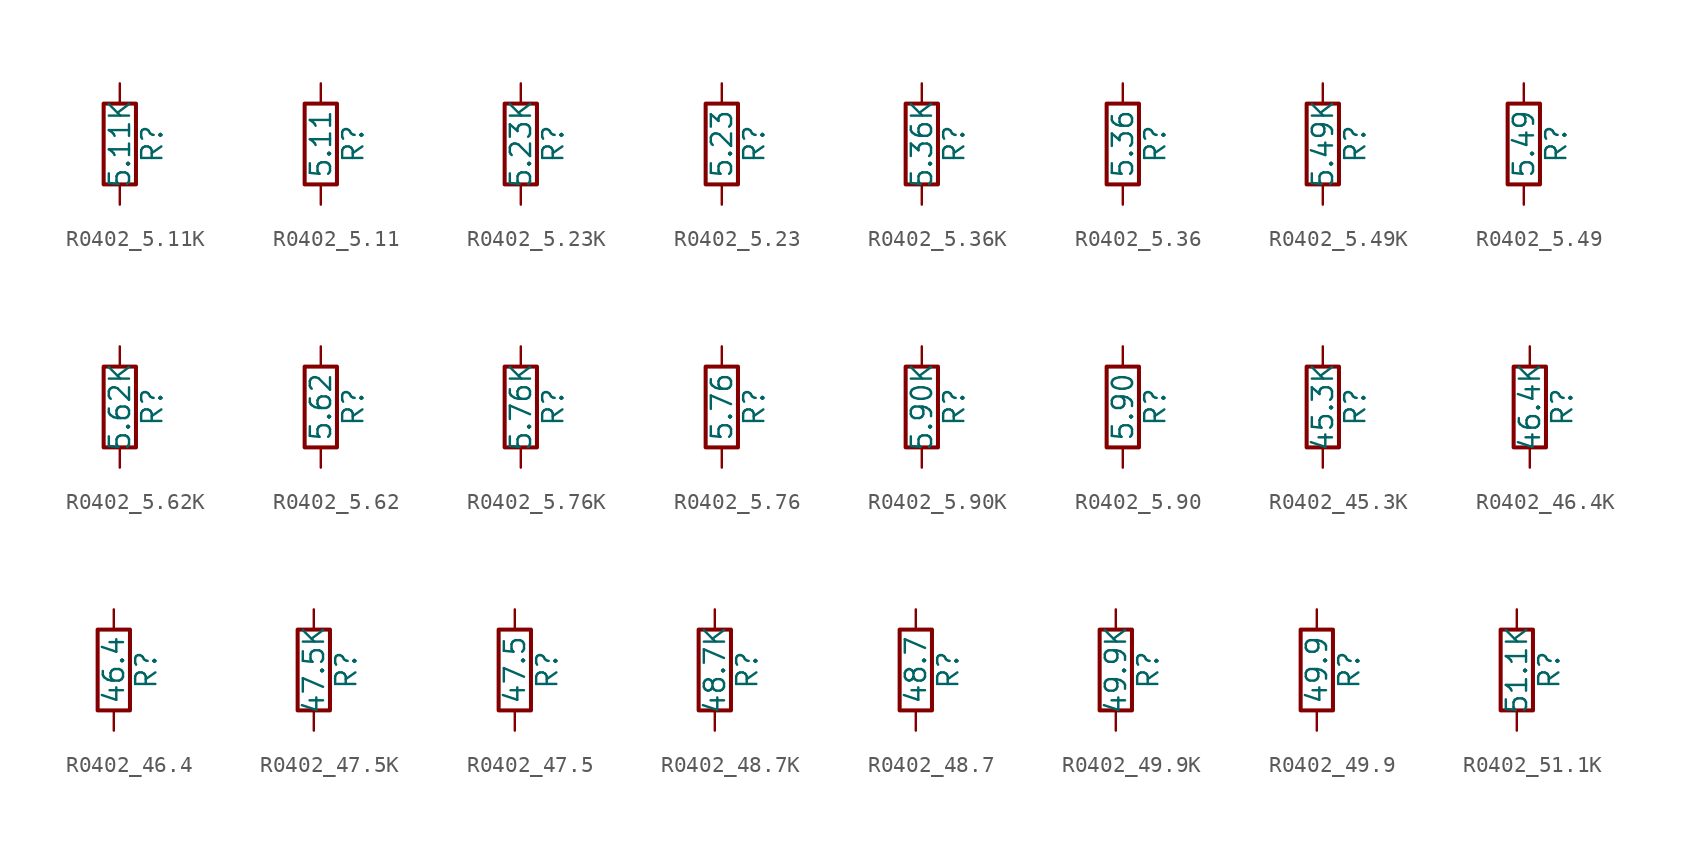
<source format=kicad_sym>
(kicad_symbol_lib
  (version 20211014)
  (generator atlantix-eda)
  (symbol "R0402_5.11K"
    (pin_numbers hide)
    (pin_names
      (offset 0))
    (property "Reference" "R"
      (at 2.032 0 90)
      (effects (font (size 1.27 1.27))))
    (property "Value" "5.11K"
      (at 0 0 90)
      (effects (font (size 1.27 1.27))))
    (symbol "R0402_5.11K_0_1"
      (rectangle (start -1.016 -2.54) (end 1.016 2.54) (stroke (width 0.254) (type default) (color 0 0 0 0)) (fill (type none))))
    (symbol "R0402_5.11K_1_1"
      (pin passive line (at 0 3.81 270) (length 1.27) (name "~" (effects (font (size 1.27 1.27)))) (number "1" (effects (font (size 1.27 1.27)))))
      (pin passive line (at 0 -3.81 90) (length 1.27) (name "~" (effects (font (size 1.27 1.27)))) (number "2" (effects (font (size 1.27 1.27)))))))
  (symbol "R0402_5.11"
    (pin_numbers hide)
    (pin_names
      (offset 0))
    (property "Reference" "R"
      (at 2.032 0 90)
      (effects (font (size 1.27 1.27))))
    (property "Value" "5.11"
      (at 0 0 90)
      (effects (font (size 1.27 1.27))))
    (symbol "R0402_5.11_0_1"
      (rectangle (start -1.016 -2.54) (end 1.016 2.54) (stroke (width 0.254) (type default) (color 0 0 0 0)) (fill (type none))))
    (symbol "R0402_5.11_1_1"
      (pin passive line (at 0 3.81 270) (length 1.27) (name "~" (effects (font (size 1.27 1.27)))) (number "1" (effects (font (size 1.27 1.27)))))
      (pin passive line (at 0 -3.81 90) (length 1.27) (name "~" (effects (font (size 1.27 1.27)))) (number "2" (effects (font (size 1.27 1.27)))))))
  (symbol "R0402_5.23K"
    (pin_numbers hide)
    (pin_names
      (offset 0))
    (property "Reference" "R"
      (at 2.032 0 90)
      (effects (font (size 1.27 1.27))))
    (property "Value" "5.23K"
      (at 0 0 90)
      (effects (font (size 1.27 1.27))))
    (symbol "R0402_5.23K_0_1"
      (rectangle (start -1.016 -2.54) (end 1.016 2.54) (stroke (width 0.254) (type default) (color 0 0 0 0)) (fill (type none))))
    (symbol "R0402_5.23K_1_1"
      (pin passive line (at 0 3.81 270) (length 1.27) (name "~" (effects (font (size 1.27 1.27)))) (number "1" (effects (font (size 1.27 1.27)))))
      (pin passive line (at 0 -3.81 90) (length 1.27) (name "~" (effects (font (size 1.27 1.27)))) (number "2" (effects (font (size 1.27 1.27)))))))
  (symbol "R0402_5.23"
    (pin_numbers hide)
    (pin_names
      (offset 0))
    (property "Reference" "R"
      (at 2.032 0 90)
      (effects (font (size 1.27 1.27))))
    (property "Value" "5.23"
      (at 0 0 90)
      (effects (font (size 1.27 1.27))))
    (symbol "R0402_5.23_0_1"
      (rectangle (start -1.016 -2.54) (end 1.016 2.54) (stroke (width 0.254) (type default) (color 0 0 0 0)) (fill (type none))))
    (symbol "R0402_5.23_1_1"
      (pin passive line (at 0 3.81 270) (length 1.27) (name "~" (effects (font (size 1.27 1.27)))) (number "1" (effects (font (size 1.27 1.27)))))
      (pin passive line (at 0 -3.81 90) (length 1.27) (name "~" (effects (font (size 1.27 1.27)))) (number "2" (effects (font (size 1.27 1.27)))))))
  (symbol "R0402_5.36K"
    (pin_numbers hide)
    (pin_names
      (offset 0))
    (property "Reference" "R"
      (at 2.032 0 90)
      (effects (font (size 1.27 1.27))))
    (property "Value" "5.36K"
      (at 0 0 90)
      (effects (font (size 1.27 1.27))))
    (symbol "R0402_5.36K_0_1"
      (rectangle (start -1.016 -2.54) (end 1.016 2.54) (stroke (width 0.254) (type default) (color 0 0 0 0)) (fill (type none))))
    (symbol "R0402_5.36K_1_1"
      (pin passive line (at 0 3.81 270) (length 1.27) (name "~" (effects (font (size 1.27 1.27)))) (number "1" (effects (font (size 1.27 1.27)))))
      (pin passive line (at 0 -3.81 90) (length 1.27) (name "~" (effects (font (size 1.27 1.27)))) (number "2" (effects (font (size 1.27 1.27)))))))
  (symbol "R0402_5.36"
    (pin_numbers hide)
    (pin_names
      (offset 0))
    (property "Reference" "R"
      (at 2.032 0 90)
      (effects (font (size 1.27 1.27))))
    (property "Value" "5.36"
      (at 0 0 90)
      (effects (font (size 1.27 1.27))))
    (symbol "R0402_5.36_0_1"
      (rectangle (start -1.016 -2.54) (end 1.016 2.54) (stroke (width 0.254) (type default) (color 0 0 0 0)) (fill (type none))))
    (symbol "R0402_5.36_1_1"
      (pin passive line (at 0 3.81 270) (length 1.27) (name "~" (effects (font (size 1.27 1.27)))) (number "1" (effects (font (size 1.27 1.27)))))
      (pin passive line (at 0 -3.81 90) (length 1.27) (name "~" (effects (font (size 1.27 1.27)))) (number "2" (effects (font (size 1.27 1.27)))))))
  (symbol "R0402_5.49K"
    (pin_numbers hide)
    (pin_names
      (offset 0))
    (property "Reference" "R"
      (at 2.032 0 90)
      (effects (font (size 1.27 1.27))))
    (property "Value" "5.49K"
      (at 0 0 90)
      (effects (font (size 1.27 1.27))))
    (symbol "R0402_5.49K_0_1"
      (rectangle (start -1.016 -2.54) (end 1.016 2.54) (stroke (width 0.254) (type default) (color 0 0 0 0)) (fill (type none))))
    (symbol "R0402_5.49K_1_1"
      (pin passive line (at 0 3.81 270) (length 1.27) (name "~" (effects (font (size 1.27 1.27)))) (number "1" (effects (font (size 1.27 1.27)))))
      (pin passive line (at 0 -3.81 90) (length 1.27) (name "~" (effects (font (size 1.27 1.27)))) (number "2" (effects (font (size 1.27 1.27)))))))
  (symbol "R0402_5.49"
    (pin_numbers hide)
    (pin_names
      (offset 0))
    (property "Reference" "R"
      (at 2.032 0 90)
      (effects (font (size 1.27 1.27))))
    (property "Value" "5.49"
      (at 0 0 90)
      (effects (font (size 1.27 1.27))))
    (symbol "R0402_5.49_0_1"
      (rectangle (start -1.016 -2.54) (end 1.016 2.54) (stroke (width 0.254) (type default) (color 0 0 0 0)) (fill (type none))))
    (symbol "R0402_5.49_1_1"
      (pin passive line (at 0 3.81 270) (length 1.27) (name "~" (effects (font (size 1.27 1.27)))) (number "1" (effects (font (size 1.27 1.27)))))
      (pin passive line (at 0 -3.81 90) (length 1.27) (name "~" (effects (font (size 1.27 1.27)))) (number "2" (effects (font (size 1.27 1.27)))))))
  (symbol "R0402_5.62K"
    (pin_numbers hide)
    (pin_names
      (offset 0))
    (property "Reference" "R"
      (at 2.032 0 90)
      (effects (font (size 1.27 1.27))))
    (property "Value" "5.62K"
      (at 0 0 90)
      (effects (font (size 1.27 1.27))))
    (symbol "R0402_5.62K_0_1"
      (rectangle (start -1.016 -2.54) (end 1.016 2.54) (stroke (width 0.254) (type default) (color 0 0 0 0)) (fill (type none))))
    (symbol "R0402_5.62K_1_1"
      (pin passive line (at 0 3.81 270) (length 1.27) (name "~" (effects (font (size 1.27 1.27)))) (number "1" (effects (font (size 1.27 1.27)))))
      (pin passive line (at 0 -3.81 90) (length 1.27) (name "~" (effects (font (size 1.27 1.27)))) (number "2" (effects (font (size 1.27 1.27)))))))
  (symbol "R0402_5.62"
    (pin_numbers hide)
    (pin_names
      (offset 0))
    (property "Reference" "R"
      (at 2.032 0 90)
      (effects (font (size 1.27 1.27))))
    (property "Value" "5.62"
      (at 0 0 90)
      (effects (font (size 1.27 1.27))))
    (symbol "R0402_5.62_0_1"
      (rectangle (start -1.016 -2.54) (end 1.016 2.54) (stroke (width 0.254) (type default) (color 0 0 0 0)) (fill (type none))))
    (symbol "R0402_5.62_1_1"
      (pin passive line (at 0 3.81 270) (length 1.27) (name "~" (effects (font (size 1.27 1.27)))) (number "1" (effects (font (size 1.27 1.27)))))
      (pin passive line (at 0 -3.81 90) (length 1.27) (name "~" (effects (font (size 1.27 1.27)))) (number "2" (effects (font (size 1.27 1.27)))))))
  (symbol "R0402_5.76K"
    (pin_numbers hide)
    (pin_names
      (offset 0))
    (property "Reference" "R"
      (at 2.032 0 90)
      (effects (font (size 1.27 1.27))))
    (property "Value" "5.76K"
      (at 0 0 90)
      (effects (font (size 1.27 1.27))))
    (symbol "R0402_5.76K_0_1"
      (rectangle (start -1.016 -2.54) (end 1.016 2.54) (stroke (width 0.254) (type default) (color 0 0 0 0)) (fill (type none))))
    (symbol "R0402_5.76K_1_1"
      (pin passive line (at 0 3.81 270) (length 1.27) (name "~" (effects (font (size 1.27 1.27)))) (number "1" (effects (font (size 1.27 1.27)))))
      (pin passive line (at 0 -3.81 90) (length 1.27) (name "~" (effects (font (size 1.27 1.27)))) (number "2" (effects (font (size 1.27 1.27)))))))
  (symbol "R0402_5.76"
    (pin_numbers hide)
    (pin_names
      (offset 0))
    (property "Reference" "R"
      (at 2.032 0 90)
      (effects (font (size 1.27 1.27))))
    (property "Value" "5.76"
      (at 0 0 90)
      (effects (font (size 1.27 1.27))))
    (symbol "R0402_5.76_0_1"
      (rectangle (start -1.016 -2.54) (end 1.016 2.54) (stroke (width 0.254) (type default) (color 0 0 0 0)) (fill (type none))))
    (symbol "R0402_5.76_1_1"
      (pin passive line (at 0 3.81 270) (length 1.27) (name "~" (effects (font (size 1.27 1.27)))) (number "1" (effects (font (size 1.27 1.27)))))
      (pin passive line (at 0 -3.81 90) (length 1.27) (name "~" (effects (font (size 1.27 1.27)))) (number "2" (effects (font (size 1.27 1.27)))))))
  (symbol "R0402_5.90K"
    (pin_numbers hide)
    (pin_names
      (offset 0))
    (property "Reference" "R"
      (at 2.032 0 90)
      (effects (font (size 1.27 1.27))))
    (property "Value" "5.90K"
      (at 0 0 90)
      (effects (font (size 1.27 1.27))))
    (symbol "R0402_5.90K_0_1"
      (rectangle (start -1.016 -2.54) (end 1.016 2.54) (stroke (width 0.254) (type default) (color 0 0 0 0)) (fill (type none))))
    (symbol "R0402_5.90K_1_1"
      (pin passive line (at 0 3.81 270) (length 1.27) (name "~" (effects (font (size 1.27 1.27)))) (number "1" (effects (font (size 1.27 1.27)))))
      (pin passive line (at 0 -3.81 90) (length 1.27) (name "~" (effects (font (size 1.27 1.27)))) (number "2" (effects (font (size 1.27 1.27)))))))
  (symbol "R0402_5.90"
    (pin_numbers hide)
    (pin_names
      (offset 0))
    (property "Reference" "R"
      (at 2.032 0 90)
      (effects (font (size 1.27 1.27))))
    (property "Value" "5.90"
      (at 0 0 90)
      (effects (font (size 1.27 1.27))))
    (symbol "R0402_5.90_0_1"
      (rectangle (start -1.016 -2.54) (end 1.016 2.54) (stroke (width 0.254) (type default) (color 0 0 0 0)) (fill (type none))))
    (symbol "R0402_5.90_1_1"
      (pin passive line (at 0 3.81 270) (length 1.27) (name "~" (effects (font (size 1.27 1.27)))) (number "1" (effects (font (size 1.27 1.27)))))
      (pin passive line (at 0 -3.81 90) (length 1.27) (name "~" (effects (font (size 1.27 1.27)))) (number "2" (effects (font (size 1.27 1.27)))))))
  (symbol "R0402_45.3K"
    (pin_numbers hide)
    (pin_names
      (offset 0))
    (property "Reference" "R"
      (at 2.032 0 90)
      (effects (font (size 1.27 1.27))))
    (property "Value" "45.3K"
      (at 0 0 90)
      (effects (font (size 1.27 1.27))))
    (symbol "R0402_45.3K_0_1"
      (rectangle (start -1.016 -2.54) (end 1.016 2.54) (stroke (width 0.254) (type default) (color 0 0 0 0)) (fill (type none))))
    (symbol "R0402_45.3K_1_1"
      (pin passive line (at 0 3.81 270) (length 1.27) (name "~" (effects (font (size 1.27 1.27)))) (number "1" (effects (font (size 1.27 1.27)))))
      (pin passive line (at 0 -3.81 90) (length 1.27) (name "~" (effects (font (size 1.27 1.27)))) (number "2" (effects (font (size 1.27 1.27)))))))
  (symbol "R0402_46.4K"
    (pin_numbers hide)
    (pin_names
      (offset 0))
    (property "Reference" "R"
      (at 2.032 0 90)
      (effects (font (size 1.27 1.27))))
    (property "Value" "46.4K"
      (at 0 0 90)
      (effects (font (size 1.27 1.27))))
    (symbol "R0402_46.4K_0_1"
      (rectangle (start -1.016 -2.54) (end 1.016 2.54) (stroke (width 0.254) (type default) (color 0 0 0 0)) (fill (type none))))
    (symbol "R0402_46.4K_1_1"
      (pin passive line (at 0 3.81 270) (length 1.27) (name "~" (effects (font (size 1.27 1.27)))) (number "1" (effects (font (size 1.27 1.27)))))
      (pin passive line (at 0 -3.81 90) (length 1.27) (name "~" (effects (font (size 1.27 1.27)))) (number "2" (effects (font (size 1.27 1.27)))))))
  (symbol "R0402_46.4"
    (pin_numbers hide)
    (pin_names
      (offset 0))
    (property "Reference" "R"
      (at 2.032 0 90)
      (effects (font (size 1.27 1.27))))
    (property "Value" "46.4"
      (at 0 0 90)
      (effects (font (size 1.27 1.27))))
    (symbol "R0402_46.4_0_1"
      (rectangle (start -1.016 -2.54) (end 1.016 2.54) (stroke (width 0.254) (type default) (color 0 0 0 0)) (fill (type none))))
    (symbol "R0402_46.4_1_1"
      (pin passive line (at 0 3.81 270) (length 1.27) (name "~" (effects (font (size 1.27 1.27)))) (number "1" (effects (font (size 1.27 1.27)))))
      (pin passive line (at 0 -3.81 90) (length 1.27) (name "~" (effects (font (size 1.27 1.27)))) (number "2" (effects (font (size 1.27 1.27)))))))
  (symbol "R0402_47.5K"
    (pin_numbers hide)
    (pin_names
      (offset 0))
    (property "Reference" "R"
      (at 2.032 0 90)
      (effects (font (size 1.27 1.27))))
    (property "Value" "47.5K"
      (at 0 0 90)
      (effects (font (size 1.27 1.27))))
    (symbol "R0402_47.5K_0_1"
      (rectangle (start -1.016 -2.54) (end 1.016 2.54) (stroke (width 0.254) (type default) (color 0 0 0 0)) (fill (type none))))
    (symbol "R0402_47.5K_1_1"
      (pin passive line (at 0 3.81 270) (length 1.27) (name "~" (effects (font (size 1.27 1.27)))) (number "1" (effects (font (size 1.27 1.27)))))
      (pin passive line (at 0 -3.81 90) (length 1.27) (name "~" (effects (font (size 1.27 1.27)))) (number "2" (effects (font (size 1.27 1.27)))))))
  (symbol "R0402_47.5"
    (pin_numbers hide)
    (pin_names
      (offset 0))
    (property "Reference" "R"
      (at 2.032 0 90)
      (effects (font (size 1.27 1.27))))
    (property "Value" "47.5"
      (at 0 0 90)
      (effects (font (size 1.27 1.27))))
    (symbol "R0402_47.5_0_1"
      (rectangle (start -1.016 -2.54) (end 1.016 2.54) (stroke (width 0.254) (type default) (color 0 0 0 0)) (fill (type none))))
    (symbol "R0402_47.5_1_1"
      (pin passive line (at 0 3.81 270) (length 1.27) (name "~" (effects (font (size 1.27 1.27)))) (number "1" (effects (font (size 1.27 1.27)))))
      (pin passive line (at 0 -3.81 90) (length 1.27) (name "~" (effects (font (size 1.27 1.27)))) (number "2" (effects (font (size 1.27 1.27)))))))
  (symbol "R0402_48.7K"
    (pin_numbers hide)
    (pin_names
      (offset 0))
    (property "Reference" "R"
      (at 2.032 0 90)
      (effects (font (size 1.27 1.27))))
    (property "Value" "48.7K"
      (at 0 0 90)
      (effects (font (size 1.27 1.27))))
    (symbol "R0402_48.7K_0_1"
      (rectangle (start -1.016 -2.54) (end 1.016 2.54) (stroke (width 0.254) (type default) (color 0 0 0 0)) (fill (type none))))
    (symbol "R0402_48.7K_1_1"
      (pin passive line (at 0 3.81 270) (length 1.27) (name "~" (effects (font (size 1.27 1.27)))) (number "1" (effects (font (size 1.27 1.27)))))
      (pin passive line (at 0 -3.81 90) (length 1.27) (name "~" (effects (font (size 1.27 1.27)))) (number "2" (effects (font (size 1.27 1.27)))))))
  (symbol "R0402_48.7"
    (pin_numbers hide)
    (pin_names
      (offset 0))
    (property "Reference" "R"
      (at 2.032 0 90)
      (effects (font (size 1.27 1.27))))
    (property "Value" "48.7"
      (at 0 0 90)
      (effects (font (size 1.27 1.27))))
    (symbol "R0402_48.7_0_1"
      (rectangle (start -1.016 -2.54) (end 1.016 2.54) (stroke (width 0.254) (type default) (color 0 0 0 0)) (fill (type none))))
    (symbol "R0402_48.7_1_1"
      (pin passive line (at 0 3.81 270) (length 1.27) (name "~" (effects (font (size 1.27 1.27)))) (number "1" (effects (font (size 1.27 1.27)))))
      (pin passive line (at 0 -3.81 90) (length 1.27) (name "~" (effects (font (size 1.27 1.27)))) (number "2" (effects (font (size 1.27 1.27)))))))
  (symbol "R0402_49.9K"
    (pin_numbers hide)
    (pin_names
      (offset 0))
    (property "Reference" "R"
      (at 2.032 0 90)
      (effects (font (size 1.27 1.27))))
    (property "Value" "49.9K"
      (at 0 0 90)
      (effects (font (size 1.27 1.27))))
    (symbol "R0402_49.9K_0_1"
      (rectangle (start -1.016 -2.54) (end 1.016 2.54) (stroke (width 0.254) (type default) (color 0 0 0 0)) (fill (type none))))
    (symbol "R0402_49.9K_1_1"
      (pin passive line (at 0 3.81 270) (length 1.27) (name "~" (effects (font (size 1.27 1.27)))) (number "1" (effects (font (size 1.27 1.27)))))
      (pin passive line (at 0 -3.81 90) (length 1.27) (name "~" (effects (font (size 1.27 1.27)))) (number "2" (effects (font (size 1.27 1.27)))))))
  (symbol "R0402_49.9"
    (pin_numbers hide)
    (pin_names
      (offset 0))
    (property "Reference" "R"
      (at 2.032 0 90)
      (effects (font (size 1.27 1.27))))
    (property "Value" "49.9"
      (at 0 0 90)
      (effects (font (size 1.27 1.27))))
    (symbol "R0402_49.9_0_1"
      (rectangle (start -1.016 -2.54) (end 1.016 2.54) (stroke (width 0.254) (type default) (color 0 0 0 0)) (fill (type none))))
    (symbol "R0402_49.9_1_1"
      (pin passive line (at 0 3.81 270) (length 1.27) (name "~" (effects (font (size 1.27 1.27)))) (number "1" (effects (font (size 1.27 1.27)))))
      (pin passive line (at 0 -3.81 90) (length 1.27) (name "~" (effects (font (size 1.27 1.27)))) (number "2" (effects (font (size 1.27 1.27)))))))
  (symbol "R0402_51.1K"
    (pin_numbers hide)
    (pin_names
      (offset 0))
    (property "Reference" "R"
      (at 2.032 0 90)
      (effects (font (size 1.27 1.27))))
    (property "Value" "51.1K"
      (at 0 0 90)
      (effects (font (size 1.27 1.27))))
    (symbol "R0402_51.1K_0_1"
      (rectangle (start -1.016 -2.54) (end 1.016 2.54) (stroke (width 0.254) (type default) (color 0 0 0 0)) (fill (type none))))
    (symbol "R0402_51.1K_1_1"
      (pin passive line (at 0 3.81 270) (length 1.27) (name "~" (effects (font (size 1.27 1.27)))) (number "1" (effects (font (size 1.27 1.27)))))
      (pin passive line (at 0 -3.81 90) (length 1.27) (name "~" (effects (font (size 1.27 1.27)))) (number "2" (effects (font (size 1.27 1.27))))))))
</source>
